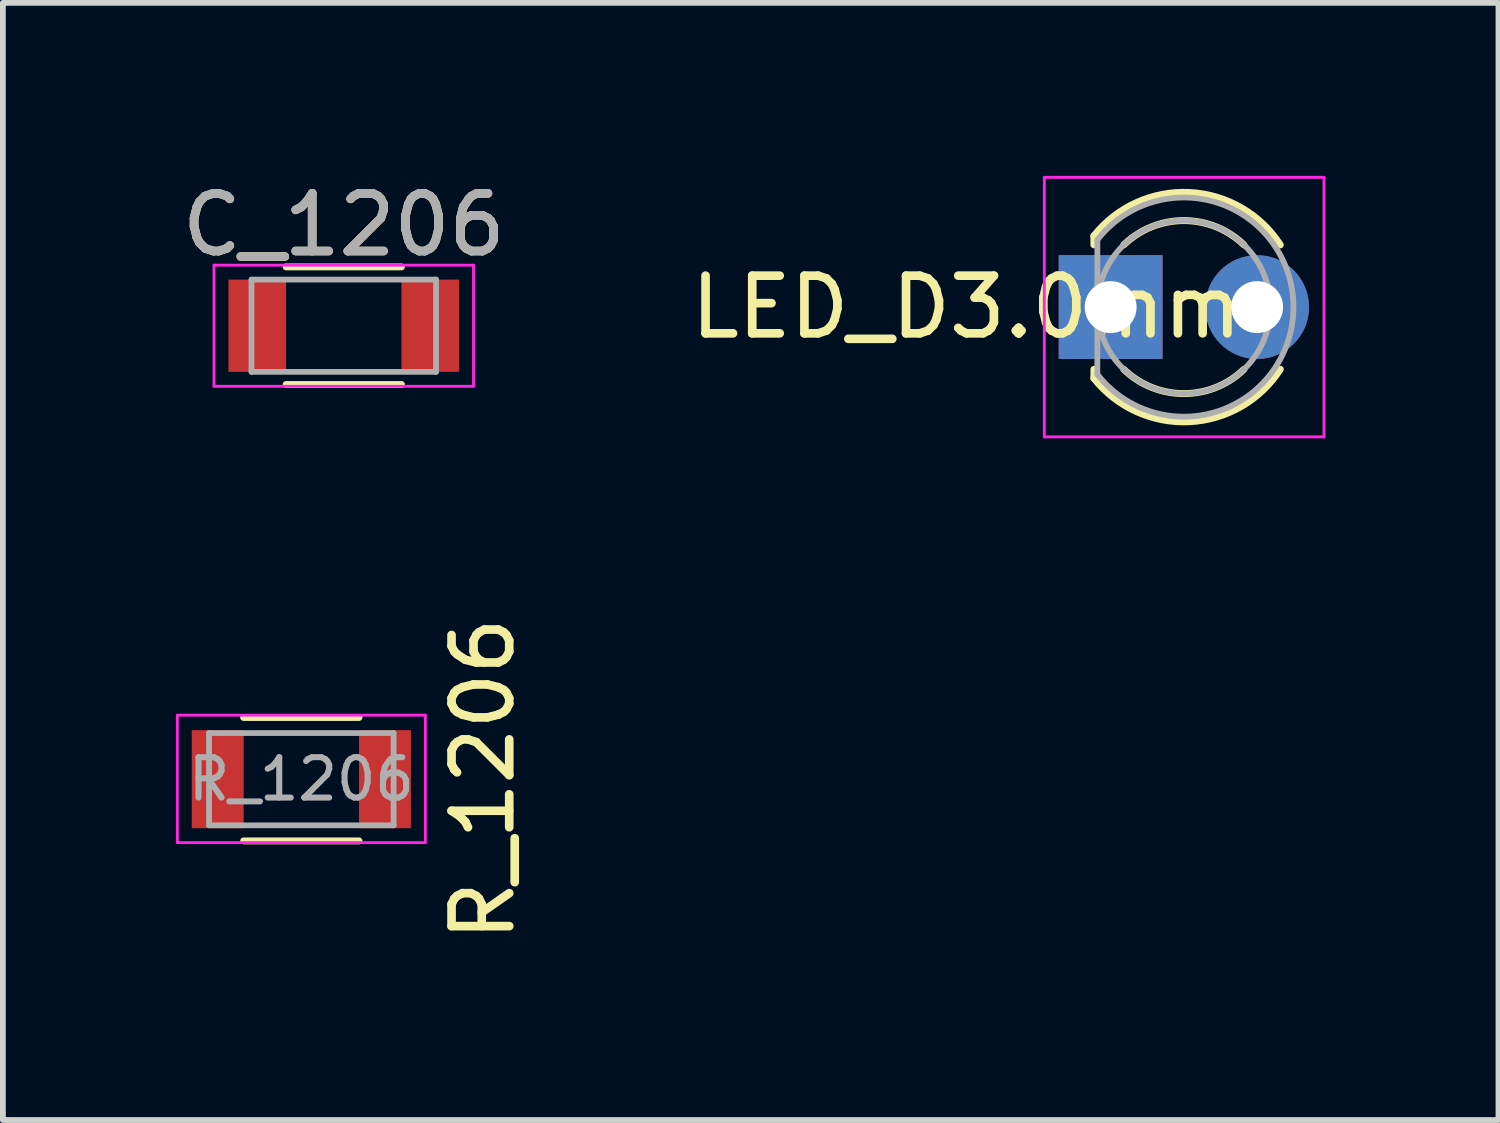
<source format=kicad_pcb>
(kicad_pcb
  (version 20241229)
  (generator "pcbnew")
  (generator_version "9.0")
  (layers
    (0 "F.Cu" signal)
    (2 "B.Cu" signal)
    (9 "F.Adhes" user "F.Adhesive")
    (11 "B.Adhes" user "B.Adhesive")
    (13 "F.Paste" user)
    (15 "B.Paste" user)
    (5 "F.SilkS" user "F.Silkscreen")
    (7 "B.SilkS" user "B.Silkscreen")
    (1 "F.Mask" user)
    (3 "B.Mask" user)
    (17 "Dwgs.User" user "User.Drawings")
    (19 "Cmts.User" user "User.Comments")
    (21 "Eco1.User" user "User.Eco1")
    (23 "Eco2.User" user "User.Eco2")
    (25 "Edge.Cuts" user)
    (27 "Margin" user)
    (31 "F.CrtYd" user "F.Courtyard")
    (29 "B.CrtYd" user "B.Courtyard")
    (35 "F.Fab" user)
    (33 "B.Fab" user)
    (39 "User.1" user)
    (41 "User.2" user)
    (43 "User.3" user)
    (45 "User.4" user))
  (footprint "C_1206"
    (layer "F.Cu")
    (at 2.911 2.598)
    (property "Reference" "C_1206" (at 0 -1.75 0) (layer "F.SilkS") (effects (font (size 1 1) (thickness 0.15))))
    (attr smd)
    (fp_line (start -1 1.02) (end 1 1.02) (stroke (width 0.12) (type solid)) (layer "F.SilkS"))
    (fp_line (start 1 -1.02) (end -1 -1.02) (stroke (width 0.12) (type solid)) (layer "F.SilkS"))
    (fp_line (start -2.25 -1.05) (end -2.25 1.05) (stroke (width 0.05) (type solid)) (layer "F.CrtYd"))
    (fp_line (start -2.25 -1.05) (end 2.25 -1.05) (stroke (width 0.05) (type solid)) (layer "F.CrtYd"))
    (fp_line (start 2.25 1.05) (end -2.25 1.05) (stroke (width 0.05) (type solid)) (layer "F.CrtYd"))
    (fp_line (start 2.25 1.05) (end 2.25 -1.05) (stroke (width 0.05) (type solid)) (layer "F.CrtYd"))
    (fp_line (start -1.6 -0.8) (end 1.6 -0.8) (stroke (width 0.1) (type solid)) (layer "F.Fab"))
    (fp_line (start -1.6 0.8) (end -1.6 -0.8) (stroke (width 0.1) (type solid)) (layer "F.Fab"))
    (fp_line (start 1.6 -0.8) (end 1.6 0.8) (stroke (width 0.1) (type solid)) (layer "F.Fab"))
    (fp_line (start 1.6 0.8) (end -1.6 0.8) (stroke (width 0.1) (type solid)) (layer "F.Fab"))
    (fp_text user "${REFERENCE}" (at 0 -1.75 0) (layer "F.Fab") (effects (font (size 1 1) (thickness 0.15))))
    (pad "1" smd rect (at -1.5 0) (size 1 1.6) (layers "F.Cu" "F.Mask" "F.Paste"))
    (pad "2" smd rect (at 1.5 0) (size 1 1.6) (layers "F.Cu" "F.Mask" "F.Paste")))
  (footprint "LED_D3.0mm"
    (layer "F.Cu")
    (at 16.208 2.275)
    (property "Reference" "LED_D3.0mm" (at -2.5 0 0) (layer "F.SilkS") (effects (font (size 1 1) (thickness 0.15))))
    (attr through_hole)
    (fp_line (start -0.29 -1.236) (end -0.29 -1.08) (stroke (width 0.12) (type solid)) (layer "F.SilkS"))
    (fp_line (start -0.29 1.08) (end -0.29 1.236) (stroke (width 0.12) (type solid)) (layer "F.SilkS"))
    (fp_arc (start -0.29 -1.235516) (mid 1.366487 -1.987659) (end 2.942335 -1.078608) (stroke (width 0.12) (type solid)) (layer "F.SilkS"))
    (fp_arc (start 0.229039 -1.08) (mid 1.270117 -1.5) (end 2.31113 -1.079837) (stroke (width 0.12) (type solid)) (layer "F.SilkS"))
    (fp_arc (start 2.31113 1.079837) (mid 1.270117 1.5) (end 0.229039 1.08) (stroke (width 0.12) (type solid)) (layer "F.SilkS"))
    (fp_arc (start 2.942335 1.078608) (mid 1.366487 1.987659) (end -0.29 1.235516) (stroke (width 0.12) (type solid)) (layer "F.SilkS"))
    (fp_line (start -1.15 -2.25) (end -1.15 2.25) (stroke (width 0.05) (type solid)) (layer "F.CrtYd"))
    (fp_line (start -1.15 2.25) (end 3.7 2.25) (stroke (width 0.05) (type solid)) (layer "F.CrtYd"))
    (fp_line (start 3.7 -2.25) (end -1.15 -2.25) (stroke (width 0.05) (type solid)) (layer "F.CrtYd"))
    (fp_line (start 3.7 2.25) (end 3.7 -2.25) (stroke (width 0.05) (type solid)) (layer "F.CrtYd"))
    (fp_line (start -0.23 -1.166) (end -0.23 1.166) (stroke (width 0.1) (type solid)) (layer "F.Fab"))
    (fp_arc (start -0.23 -1.16619) (mid 3.17 0.000452) (end -0.230555 1.165476) (stroke (width 0.1) (type solid)) (layer "F.Fab"))
    (fp_circle (center 1.27 0) (end 2.77 0) (stroke (width 0.1) (type solid)) (fill no) (layer "F.Fab"))
    (pad "1" thru_hole rect (at 0 0) (size 1.8 1.8) (drill 0.9) (layers "*.Cu" "*.Mask"))
    (pad "2" thru_hole circle (at 2.54 0) (size 1.8 1.8) (drill 0.9) (layers "*.Cu" "*.Mask")))
  (footprint "R_1206"
    (layer "F.Cu")
    (at 2.175 10.461)
    (property "Reference" "R_1206" (at 3.15 0 90) (layer "F.SilkS") (effects (font (size 1 1) (thickness 0.15))))
    (attr smd)
    (fp_line (start -1 -1.07) (end 1 -1.07) (stroke (width 0.12) (type solid)) (layer "F.SilkS"))
    (fp_line (start 1 1.07) (end -1 1.07) (stroke (width 0.12) (type solid)) (layer "F.SilkS"))
    (fp_line (start -2.15 -1.11) (end -2.15 1.1) (stroke (width 0.05) (type solid)) (layer "F.CrtYd"))
    (fp_line (start -2.15 -1.11) (end 2.15 -1.11) (stroke (width 0.05) (type solid)) (layer "F.CrtYd"))
    (fp_line (start 2.15 1.1) (end -2.15 1.1) (stroke (width 0.05) (type solid)) (layer "F.CrtYd"))
    (fp_line (start 2.15 1.1) (end 2.15 -1.11) (stroke (width 0.05) (type solid)) (layer "F.CrtYd"))
    (fp_line (start -1.6 -0.8) (end 1.6 -0.8) (stroke (width 0.1) (type solid)) (layer "F.Fab"))
    (fp_line (start -1.6 0.8) (end -1.6 -0.8) (stroke (width 0.1) (type solid)) (layer "F.Fab"))
    (fp_line (start 1.6 -0.8) (end 1.6 0.8) (stroke (width 0.1) (type solid)) (layer "F.Fab"))
    (fp_line (start 1.6 0.8) (end -1.6 0.8) (stroke (width 0.1) (type solid)) (layer "F.Fab"))
    (fp_text user "${REFERENCE}" (at 0 0 0) (layer "F.Fab") (effects (font (size 0.7 0.7) (thickness 0.105))))
    (pad "1" smd rect (at -1.45 0) (size 0.9 1.7) (layers "F.Cu" "F.Mask" "F.Paste"))
    (pad "2" smd rect (at 1.45 0) (size 0.9 1.7) (layers "F.Cu" "F.Mask" "F.Paste")))
  (gr_rect
    (start -3 -3)
    (end 22.933 16.371)
    (stroke (width 0.1) (type default))
    (fill no)
    (layer "Edge.Cuts")))
</source>
